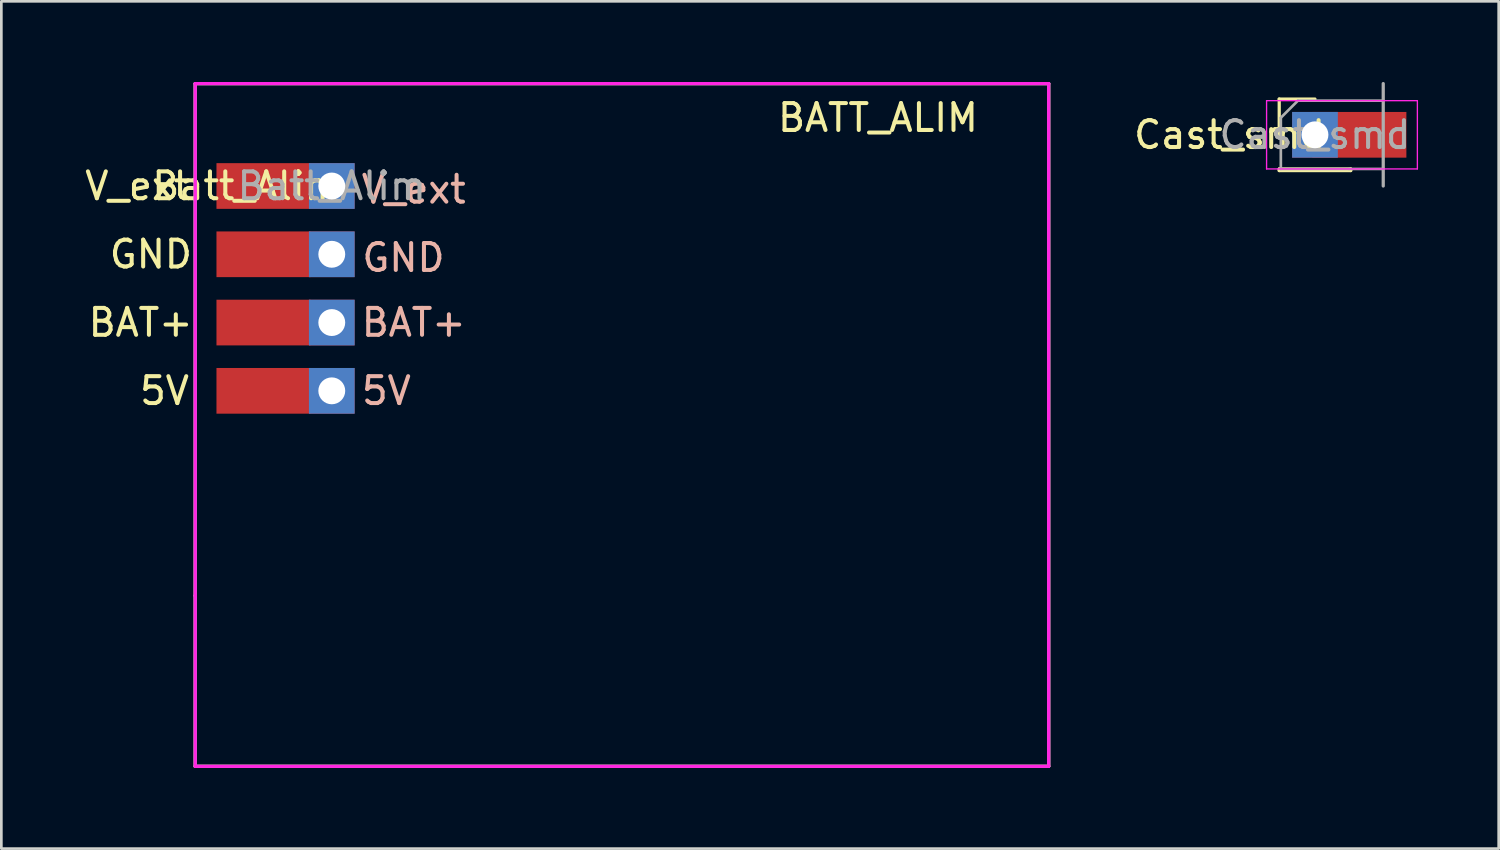
<source format=kicad_pcb>
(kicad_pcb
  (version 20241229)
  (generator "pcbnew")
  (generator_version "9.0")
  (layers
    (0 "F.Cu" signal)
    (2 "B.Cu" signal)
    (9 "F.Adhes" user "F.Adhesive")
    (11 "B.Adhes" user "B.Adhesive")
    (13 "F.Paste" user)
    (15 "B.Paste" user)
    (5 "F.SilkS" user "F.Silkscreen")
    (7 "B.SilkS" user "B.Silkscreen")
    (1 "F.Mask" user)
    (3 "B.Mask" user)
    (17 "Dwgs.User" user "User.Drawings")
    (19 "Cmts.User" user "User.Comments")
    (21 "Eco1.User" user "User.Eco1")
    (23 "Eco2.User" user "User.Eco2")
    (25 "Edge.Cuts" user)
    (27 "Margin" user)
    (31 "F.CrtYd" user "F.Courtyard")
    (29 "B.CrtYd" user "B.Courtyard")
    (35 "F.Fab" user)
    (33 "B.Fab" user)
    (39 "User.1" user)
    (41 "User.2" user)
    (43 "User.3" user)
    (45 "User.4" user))
  (footprint "Cast_smd"
    (layer "F.Cu")
    (at 45.87 1.965)
    (property "Reference" "Cast_smd" (at -3.175 0 0) (layer "F.SilkS") (effects (font (size 1 1) (thickness 0.15))))
    (attr through_hole)
    (fp_line (start -1.33 -1.33) (end 0 -1.33) (stroke (width 0.12) (type solid)) (layer "F.SilkS"))
    (fp_line (start -1.33 0) (end -1.33 -1.33) (stroke (width 0.12) (type solid)) (layer "F.SilkS"))
    (fp_line (start -1.33 1.27) (end -1.33 1.33) (stroke (width 0.12) (type solid)) (layer "F.SilkS"))
    (fp_line (start -1.33 1.27) (end 1.33 1.27) (stroke (width 0.12) (type solid)) (layer "F.SilkS"))
    (fp_line (start -1.33 1.33) (end 1.33 1.33) (stroke (width 0.12) (type solid)) (layer "F.SilkS"))
    (fp_line (start 1.33 1.27) (end 1.33 1.33) (stroke (width 0.12) (type solid)) (layer "F.SilkS"))
    (fp_line (start -1.8 -1.27) (end -1.8 1.27) (stroke (width 0.05) (type solid)) (layer "F.CrtYd"))
    (fp_line (start -1.8 1.27) (end 3.81 1.27) (stroke (width 0.05) (type solid)) (layer "F.CrtYd"))
    (fp_line (start 3.81 -1.27) (end -1.8 -1.27) (stroke (width 0.05) (type solid)) (layer "F.CrtYd"))
    (fp_line (start 3.81 1.27) (end 3.81 -1.27) (stroke (width 0.05) (type solid)) (layer "F.CrtYd"))
    (fp_line (start -1.27 -0.635) (end -0.635 -1.27) (stroke (width 0.1) (type solid)) (layer "F.Fab"))
    (fp_line (start -1.27 1.27) (end -1.27 -0.635) (stroke (width 0.1) (type solid)) (layer "F.Fab"))
    (fp_line (start -0.635 -1.27) (end 2.54 -1.27) (stroke (width 0.1) (type solid)) (layer "F.Fab"))
    (fp_line (start 1.27 1.27) (end -1.27 1.27) (stroke (width 0.1) (type solid)) (layer "F.Fab"))
    (fp_line (start 2.54 -1.905) (end 2.54 1.905) (stroke (width 0.12) (type solid)) (layer "F.Fab"))
    (fp_line (start 2.54 1.27) (end 1.27 1.27) (stroke (width 0.1) (type solid)) (layer "F.Fab"))
    (fp_text user "${REFERENCE}" (at 0 0 180) (layer "F.Fab") (effects (font (size 1 1) (thickness 0.15))))
    (pad "1" thru_hole rect (at 0 0) (size 1.7 1.7) (drill 1) (layers "*.Cu" "*.Mask"))
    (pad "1" smd rect (at 1.651 0) (size 3.5 1.7) (layers "F.Cu" "F.Mask" "F.Paste")))
  (footprint "Batt_Alim"
    (layer "F.Cu")
    (at 9.293 3.87)
    (property "Reference" "Batt_Alim" (at -3.175 0 0) (layer "F.SilkS") (effects (font (size 1 1) (thickness 0.15))))
    (attr through_hole)
    (fp_line (start -5.08 -3.81) (end 26.67 -3.81) (stroke (width 0.12) (type solid)) (layer "F.SilkS"))
    (fp_line (start -5.08 15.24) (end -5.08 -3.81) (stroke (width 0.12) (type solid)) (layer "F.SilkS"))
    (fp_line (start -5.08 21.59) (end -5.08 15.24) (stroke (width 0.12) (type solid)) (layer "F.SilkS"))
    (fp_line (start 26.67 -3.81) (end 26.67 21.59) (stroke (width 0.12) (type solid)) (layer "F.SilkS"))
    (fp_line (start 26.67 21.59) (end -5.08 21.59) (stroke (width 0.12) (type solid)) (layer "F.SilkS"))
    (fp_line (start -2.54 -1.27) (end -2.54 8.89) (stroke (width 0.12) (type solid)) (layer "Eco1.User"))
    (fp_line (start -2.54 8.89) (end -1.27 8.89) (stroke (width 0.12) (type solid)) (layer "Eco1.User"))
    (fp_line (start -1.27 -3.81) (end -1.27 -1.27) (stroke (width 0.12) (type solid)) (layer "Eco1.User"))
    (fp_line (start -1.27 -1.27) (end -2.54 -1.27) (stroke (width 0.12) (type solid)) (layer "Eco1.User"))
    (fp_line (start -1.27 8.89) (end -1.27 21.59) (stroke (width 0.12) (type solid)) (layer "Eco1.User"))
    (fp_line (start -1.27 21.59) (end 26.67 21.59) (stroke (width 0.12) (type solid)) (layer "Eco1.User"))
    (fp_line (start 26.67 -3.81) (end -1.27 -3.81) (stroke (width 0.12) (type solid)) (layer "Eco1.User"))
    (fp_line (start 26.67 21.59) (end 26.67 -3.81) (stroke (width 0.12) (type solid)) (layer "Eco1.User"))
    (fp_line (start -5.08 -3.81) (end -5.08 15.24) (stroke (width 0.12) (type solid)) (layer "F.CrtYd"))
    (fp_line (start -5.08 21.59) (end -5.08 15.24) (stroke (width 0.12) (type solid)) (layer "F.CrtYd"))
    (fp_line (start 26.67 -3.81) (end -5.08 -3.81) (stroke (width 0.12) (type solid)) (layer "F.CrtYd"))
    (fp_line (start 26.67 -3.81) (end 26.67 21.59) (stroke (width 0.12) (type solid)) (layer "F.CrtYd"))
    (fp_line (start 26.67 21.59) (end -5.08 21.59) (stroke (width 0.12) (type solid)) (layer "F.CrtYd"))
    (fp_line (start -5.08 -3.81) (end 26.67 -3.81) (stroke (width 0.12) (type solid)) (layer "F.Fab"))
    (fp_line (start -5.08 15.24) (end -5.08 -3.81) (stroke (width 0.12) (type solid)) (layer "F.Fab"))
    (fp_line (start -5.08 15.24) (end -5.08 21.59) (stroke (width 0.12) (type solid)) (layer "F.Fab"))
    (fp_line (start -5.08 21.59) (end 26.67 21.59) (stroke (width 0.12) (type solid)) (layer "F.Fab"))
    (fp_line (start 26.67 21.59) (end 26.67 -3.81) (stroke (width 0.12) (type solid)) (layer "F.Fab"))
    (fp_text user "V_ext" (at -7.239 0 0) (layer "F.SilkS") (effects (font (size 1 1) (thickness 0.15))))
    (fp_text user "5V" (at -6.223 7.62 0) (layer "F.SilkS") (effects (font (size 1 1) (thickness 0.15))))
    (fp_text user "BAT+" (at -7.112 5.08 0) (layer "F.SilkS") (effects (font (size 1 1) (thickness 0.15))))
    (fp_text user "GND" (at -6.731 2.54 0) (layer "F.SilkS") (effects (font (size 1 1) (thickness 0.15))))
    (fp_text user "BATT_ALIM" (at 20.32 -2.54 0) (layer "F.SilkS") (effects (font (size 1 1) (thickness 0.15))))
    (fp_text user "5V" (at 2.032 7.62 0) (layer "B.SilkS") (effects (font (size 1 1) (thickness 0.15))))
    (fp_text user "GND" (at 2.667 2.667 0) (layer "B.SilkS") (effects (font (size 1 1) (thickness 0.15))))
    (fp_text user "V_ext" (at 3.048 0.127 0) (layer "B.SilkS") (effects (font (size 1 1) (thickness 0.15))))
    (fp_text user "BAT+" (at 3.048 5.08 0) (layer "B.SilkS") (effects (font (size 1 1) (thickness 0.15))))
    (fp_text user "${REFERENCE}" (at 0 0 180) (layer "F.Fab") (effects (font (size 1 1) (thickness 0.15))))
    (pad "1" smd rect (at -2.54 0 180) (size 3.5 1.7) (layers "F.Cu" "F.Mask" "F.Paste"))
    (pad "1" thru_hole rect (at 0 0) (size 1.7 1.7) (drill 1) (layers "*.Cu" "*.Mask"))
    (pad "2" smd rect (at -2.54 2.54 180) (size 3.5 1.7) (layers "F.Cu" "F.Mask" "F.Paste"))
    (pad "2" thru_hole rect (at 0 2.54) (size 1.7 1.7) (drill 1) (layers "*.Cu" "*.Mask"))
    (pad "3" smd rect (at -2.54 5.08 180) (size 3.5 1.7) (layers "F.Cu" "F.Mask" "F.Paste"))
    (pad "3" thru_hole rect (at 0 5.08) (size 1.7 1.7) (drill 1) (layers "*.Cu" "*.Mask"))
    (pad "4" smd rect (at -2.54 7.62 180) (size 3.5 1.7) (layers "F.Cu" "F.Mask" "F.Paste"))
    (pad "4" thru_hole rect (at 0 7.62) (size 1.7 1.7) (drill 1) (layers "*.Cu" "*.Mask")))
  (gr_rect
    (start -3 -3)
    (end 52.705 28.52)
    (stroke (width 0.1) (type default))
    (fill no)
    (layer "Edge.Cuts")))
</source>
